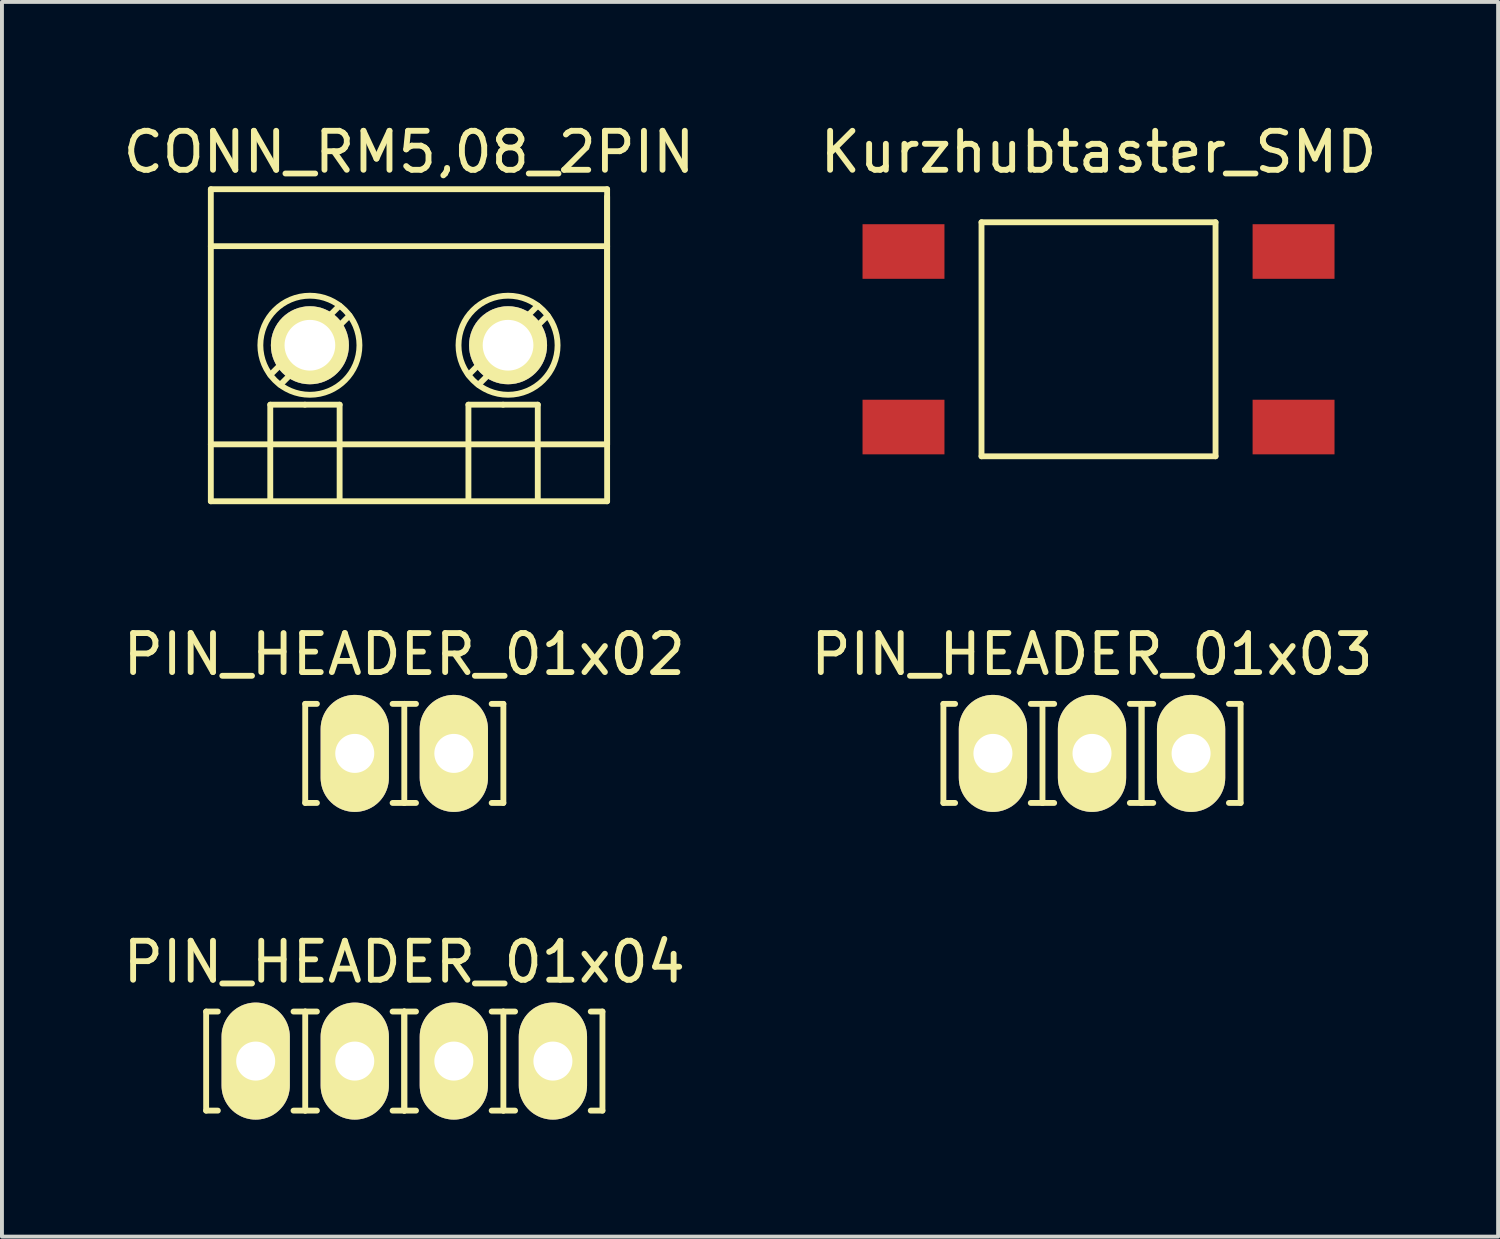
<source format=kicad_pcb>
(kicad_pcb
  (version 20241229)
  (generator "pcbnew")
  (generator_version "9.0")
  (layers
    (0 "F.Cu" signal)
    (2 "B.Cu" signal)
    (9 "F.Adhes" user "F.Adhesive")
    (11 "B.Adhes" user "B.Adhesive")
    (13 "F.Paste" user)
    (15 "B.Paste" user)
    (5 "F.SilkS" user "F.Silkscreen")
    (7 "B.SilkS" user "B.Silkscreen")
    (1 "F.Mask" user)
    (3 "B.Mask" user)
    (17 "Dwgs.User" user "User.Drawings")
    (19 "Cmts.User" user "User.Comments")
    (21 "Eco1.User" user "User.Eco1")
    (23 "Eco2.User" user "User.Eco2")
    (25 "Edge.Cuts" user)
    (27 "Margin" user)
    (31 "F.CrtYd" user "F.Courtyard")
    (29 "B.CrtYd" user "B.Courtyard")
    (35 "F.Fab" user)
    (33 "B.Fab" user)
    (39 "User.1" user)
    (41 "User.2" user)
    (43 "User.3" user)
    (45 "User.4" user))
  (footprint "CONN_RM5,08_2PIN"
    (layer "F.Cu")
    (at 7.435 5.801)
    (property "Reference" "CONN_RM5,08_2PIN" (at 0 -4.953 0) (layer "F.SilkS") (effects (font (size 1 1) (thickness 0.15))))
    (attr through_hole)
    (fp_line (start -5.08 -4) (end 5.08 -4) (stroke (width 0.15) (type solid)) (layer "F.SilkS"))
    (fp_line (start -5.08 -2.54) (end 5.08 -2.54) (stroke (width 0.15) (type solid)) (layer "F.SilkS"))
    (fp_line (start -5.08 4) (end -5.08 -4) (stroke (width 0.15) (type solid)) (layer "F.SilkS"))
    (fp_line (start -3.556 0.762) (end -1.778 -1.016) (stroke (width 0.15) (type solid)) (layer "F.SilkS"))
    (fp_line (start -3.556 1.524) (end -2.667 1.524) (stroke (width 0.15) (type solid)) (layer "F.SilkS"))
    (fp_line (start -3.556 3.937) (end -3.556 1.524) (stroke (width 0.15) (type solid)) (layer "F.SilkS"))
    (fp_line (start -3.302 1.016) (end -1.524 -0.762) (stroke (width 0.15) (type solid)) (layer "F.SilkS"))
    (fp_line (start -2.667 1.524) (end -1.778 1.524) (stroke (width 0.15) (type solid)) (layer "F.SilkS"))
    (fp_line (start -1.778 1.524) (end -1.778 3.937) (stroke (width 0.15) (type solid)) (layer "F.SilkS"))
    (fp_line (start 1.524 0.762) (end 3.302 -1.016) (stroke (width 0.15) (type solid)) (layer "F.SilkS"))
    (fp_line (start 1.524 1.524) (end 1.524 3.937) (stroke (width 0.15) (type solid)) (layer "F.SilkS"))
    (fp_line (start 1.524 1.524) (end 2.413 1.524) (stroke (width 0.15) (type solid)) (layer "F.SilkS"))
    (fp_line (start 1.778 1.016) (end 3.556 -0.762) (stroke (width 0.15) (type solid)) (layer "F.SilkS"))
    (fp_line (start 2.413 1.524) (end 3.302 1.524) (stroke (width 0.15) (type solid)) (layer "F.SilkS"))
    (fp_line (start 3.302 1.524) (end 3.302 3.937) (stroke (width 0.15) (type solid)) (layer "F.SilkS"))
    (fp_line (start 5.08 -4) (end 5.08 4) (stroke (width 0.15) (type solid)) (layer "F.SilkS"))
    (fp_line (start 5.08 -3.81) (end 5.08 -2.54) (stroke (width 0.15) (type solid)) (layer "F.SilkS"))
    (fp_line (start 5.08 -2.54) (end 5.08 2.54) (stroke (width 0.15) (type solid)) (layer "F.SilkS"))
    (fp_line (start 5.08 2.54) (end -5.08 2.54) (stroke (width 0.15) (type solid)) (layer "F.SilkS"))
    (fp_line (start 5.08 4) (end -5.08 4) (stroke (width 0.15) (type solid)) (layer "F.SilkS"))
    (fp_circle (center -2.54 0) (end -3.81 0) (stroke (width 0.15) (type solid)) (fill no) (layer "F.SilkS"))
    (fp_circle (center 2.54 0) (end 1.27 0) (stroke (width 0.15) (type solid)) (fill no) (layer "F.SilkS"))
    (pad "1" thru_hole circle (at -2.54 0) (size 2 2) (drill 1.3) (layers "*.Cu" "*.Mask" "F.SilkS"))
    (pad "2" thru_hole circle (at 2.54 0) (size 2 2) (drill 1.3) (layers "*.Cu" "*.Mask" "F.SilkS")))
  (footprint "PIN_HEADER_01x03"
    (layer "F.Cu")
    (at 24.946 16.265)
    (property "Reference" "PIN_HEADER_01x03" (at 0 -2.54 0) (layer "F.SilkS") (effects (font (size 1 1) (thickness 0.15))))
    (attr through_hole)
    (fp_line (start -3.81 -1.27) (end -3.81 1.27) (stroke (width 0.15) (type solid)) (layer "F.SilkS"))
    (fp_line (start -3.81 -1.27) (end -3.51 -1.27) (stroke (width 0.15) (type solid)) (layer "F.SilkS"))
    (fp_line (start -3.81 1.27) (end -3.51 1.27) (stroke (width 0.15) (type solid)) (layer "F.SilkS"))
    (fp_line (start -1.27 -1.27) (end -1.57 -1.27) (stroke (width 0.15) (type solid)) (layer "F.SilkS"))
    (fp_line (start -1.27 -1.27) (end -0.97 -1.27) (stroke (width 0.15) (type solid)) (layer "F.SilkS"))
    (fp_line (start -1.27 1.27) (end -1.57 1.27) (stroke (width 0.15) (type solid)) (layer "F.SilkS"))
    (fp_line (start -1.27 1.27) (end -1.27 -1.27) (stroke (width 0.15) (type solid)) (layer "F.SilkS"))
    (fp_line (start -1.27 1.27) (end -0.97 1.27) (stroke (width 0.15) (type solid)) (layer "F.SilkS"))
    (fp_line (start 1.27 -1.27) (end 0.97 -1.27) (stroke (width 0.15) (type solid)) (layer "F.SilkS"))
    (fp_line (start 1.27 -1.27) (end 1.57 -1.27) (stroke (width 0.15) (type solid)) (layer "F.SilkS"))
    (fp_line (start 1.27 1.27) (end 0.97 1.27) (stroke (width 0.15) (type solid)) (layer "F.SilkS"))
    (fp_line (start 1.27 1.27) (end 1.27 -1.27) (stroke (width 0.15) (type solid)) (layer "F.SilkS"))
    (fp_line (start 1.27 1.27) (end 1.27 -1.27) (stroke (width 0.15) (type solid)) (layer "F.SilkS"))
    (fp_line (start 1.27 1.27) (end 1.57 1.27) (stroke (width 0.15) (type solid)) (layer "F.SilkS"))
    (fp_line (start 3.81 -1.27) (end 3.51 -1.27) (stroke (width 0.15) (type solid)) (layer "F.SilkS"))
    (fp_line (start 3.81 1.27) (end 3.51 1.27) (stroke (width 0.15) (type solid)) (layer "F.SilkS"))
    (fp_line (start 3.81 1.27) (end 3.81 -1.27) (stroke (width 0.15) (type solid)) (layer "F.SilkS"))
    (pad "1" thru_hole oval (at -2.54 0) (size 1.75 3) (drill 1) (layers "*.Cu" "*.Mask" "F.SilkS"))
    (pad "2" thru_hole oval (at 0 0) (size 1.75 3) (drill 1) (layers "*.Cu" "*.Mask" "F.SilkS"))
    (pad "3" thru_hole oval (at 2.54 0) (size 1.75 3) (drill 1) (layers "*.Cu" "*.Mask" "F.SilkS")))
  (footprint "Kurzhubtaster_SMD"
    (layer "F.Cu")
    (at 25.113 5.648)
    (property "Reference" "Kurzhubtaster_SMD" (at 0 -4.8 0) (layer "F.SilkS") (effects (font (size 1 1) (thickness 0.15))))
    (attr through_hole)
    (fp_line (start -3 -3) (end 3 -3) (stroke (width 0.15) (type solid)) (layer "F.SilkS"))
    (fp_line (start -3 3) (end -3 -3) (stroke (width 0.15) (type solid)) (layer "F.SilkS"))
    (fp_line (start -3 3) (end 3 3) (stroke (width 0.15) (type solid)) (layer "F.SilkS"))
    (fp_line (start 3 -3) (end 3 3) (stroke (width 0.15) (type solid)) (layer "F.SilkS"))
    (pad "1" smd rect (at -5 -2.25) (size 2.1 1.4) (layers "F.Cu" "F.Mask" "F.Paste"))
    (pad "2" smd rect (at 5 -2.25) (size 2.1 1.4) (layers "F.Cu" "F.Mask" "F.Paste"))
    (pad "3" smd rect (at -5 2.25) (size 2.1 1.4) (layers "F.Cu" "F.Mask" "F.Paste"))
    (pad "4" smd rect (at 5 2.25) (size 2.1 1.4) (layers "F.Cu" "F.Mask" "F.Paste")))
  (footprint "PIN_HEADER_01x04"
    (layer "F.Cu")
    (at 7.315 24.153)
    (property "Reference" "PIN_HEADER_01x04" (at 0 -2.54 0) (layer "F.SilkS") (effects (font (size 1 1) (thickness 0.15))))
    (attr through_hole)
    (fp_line (start -5.08 -1.27) (end -5.08 1.27) (stroke (width 0.15) (type solid)) (layer "F.SilkS"))
    (fp_line (start -5.08 -1.27) (end -4.78 -1.27) (stroke (width 0.15) (type solid)) (layer "F.SilkS"))
    (fp_line (start -5.08 1.27) (end -4.78 1.27) (stroke (width 0.15) (type solid)) (layer "F.SilkS"))
    (fp_line (start -2.54 -1.27) (end -2.84 -1.27) (stroke (width 0.15) (type solid)) (layer "F.SilkS"))
    (fp_line (start -2.54 -1.27) (end -2.24 -1.27) (stroke (width 0.15) (type solid)) (layer "F.SilkS"))
    (fp_line (start -2.54 1.27) (end -2.84 1.27) (stroke (width 0.15) (type solid)) (layer "F.SilkS"))
    (fp_line (start -2.54 1.27) (end -2.54 -1.27) (stroke (width 0.15) (type solid)) (layer "F.SilkS"))
    (fp_line (start -2.54 1.27) (end -2.24 1.27) (stroke (width 0.15) (type solid)) (layer "F.SilkS"))
    (fp_line (start 0 -1.27) (end -0.3 -1.27) (stroke (width 0.15) (type solid)) (layer "F.SilkS"))
    (fp_line (start 0 -1.27) (end 0 1.27) (stroke (width 0.15) (type solid)) (layer "F.SilkS"))
    (fp_line (start 0 -1.27) (end 0.3 -1.27) (stroke (width 0.15) (type solid)) (layer "F.SilkS"))
    (fp_line (start 0 1.27) (end -0.3 1.27) (stroke (width 0.15) (type solid)) (layer "F.SilkS"))
    (fp_line (start 0 1.27) (end 0 -1.27) (stroke (width 0.15) (type solid)) (layer "F.SilkS"))
    (fp_line (start 0 1.27) (end 0.3 1.27) (stroke (width 0.15) (type solid)) (layer "F.SilkS"))
    (fp_line (start 2.54 -1.27) (end 2.24 -1.27) (stroke (width 0.15) (type solid)) (layer "F.SilkS"))
    (fp_line (start 2.54 -1.27) (end 2.84 -1.27) (stroke (width 0.15) (type solid)) (layer "F.SilkS"))
    (fp_line (start 2.54 1.27) (end 2.24 1.27) (stroke (width 0.15) (type solid)) (layer "F.SilkS"))
    (fp_line (start 2.54 1.27) (end 2.54 -1.27) (stroke (width 0.15) (type solid)) (layer "F.SilkS"))
    (fp_line (start 2.54 1.27) (end 2.84 1.27) (stroke (width 0.15) (type solid)) (layer "F.SilkS"))
    (fp_line (start 5.08 -1.27) (end 4.78 -1.27) (stroke (width 0.15) (type solid)) (layer "F.SilkS"))
    (fp_line (start 5.08 1.27) (end 4.78 1.27) (stroke (width 0.15) (type solid)) (layer "F.SilkS"))
    (fp_line (start 5.08 1.27) (end 5.08 -1.27) (stroke (width 0.15) (type solid)) (layer "F.SilkS"))
    (pad "1" thru_hole oval (at -3.81 0) (size 1.75 3) (drill 1) (layers "*.Cu" "*.Mask" "F.SilkS"))
    (pad "2" thru_hole oval (at -1.27 0) (size 1.75 3) (drill 1) (layers "*.Cu" "*.Mask" "F.SilkS"))
    (pad "3" thru_hole oval (at 1.27 0) (size 1.75 3) (drill 1) (layers "*.Cu" "*.Mask" "F.SilkS"))
    (pad "4" thru_hole oval (at 3.81 0) (size 1.75 3) (drill 1) (layers "*.Cu" "*.Mask" "F.SilkS")))
  (footprint "PIN_HEADER_01x02"
    (layer "F.Cu")
    (at 7.315 16.265)
    (property "Reference" "PIN_HEADER_01x02" (at 0 -2.54 0) (layer "F.SilkS") (effects (font (size 1 1) (thickness 0.15))))
    (attr through_hole)
    (fp_line (start -2.54 -1.27) (end -2.54 1.27) (stroke (width 0.15) (type solid)) (layer "F.SilkS"))
    (fp_line (start -2.54 -1.27) (end -2.24 -1.27) (stroke (width 0.15) (type solid)) (layer "F.SilkS"))
    (fp_line (start -2.54 1.27) (end -2.24 1.27) (stroke (width 0.15) (type solid)) (layer "F.SilkS"))
    (fp_line (start 0 -1.27) (end -0.3 -1.27) (stroke (width 0.15) (type solid)) (layer "F.SilkS"))
    (fp_line (start 0 -1.27) (end 0.3 -1.27) (stroke (width 0.15) (type solid)) (layer "F.SilkS"))
    (fp_line (start 0 1.27) (end -0.3 1.27) (stroke (width 0.15) (type solid)) (layer "F.SilkS"))
    (fp_line (start 0 1.27) (end 0 -1.27) (stroke (width 0.15) (type solid)) (layer "F.SilkS"))
    (fp_line (start 0 1.27) (end 0.3 1.27) (stroke (width 0.15) (type solid)) (layer "F.SilkS"))
    (fp_line (start 2.54 -1.27) (end 2.24 -1.27) (stroke (width 0.15) (type solid)) (layer "F.SilkS"))
    (fp_line (start 2.54 1.27) (end 2.24 1.27) (stroke (width 0.15) (type solid)) (layer "F.SilkS"))
    (fp_line (start 2.54 1.27) (end 2.54 -1.27) (stroke (width 0.15) (type solid)) (layer "F.SilkS"))
    (pad "1" thru_hole oval (at -1.27 0) (size 1.75 3) (drill 1) (layers "*.Cu" "*.Mask" "F.SilkS"))
    (pad "2" thru_hole oval (at 1.27 0) (size 1.75 3) (drill 1) (layers "*.Cu" "*.Mask" "F.SilkS")))
  (gr_rect
    (start -3 -3)
    (end 35.357 28.653)
    (stroke (width 0.1) (type default))
    (fill no)
    (layer "Edge.Cuts")))
</source>
